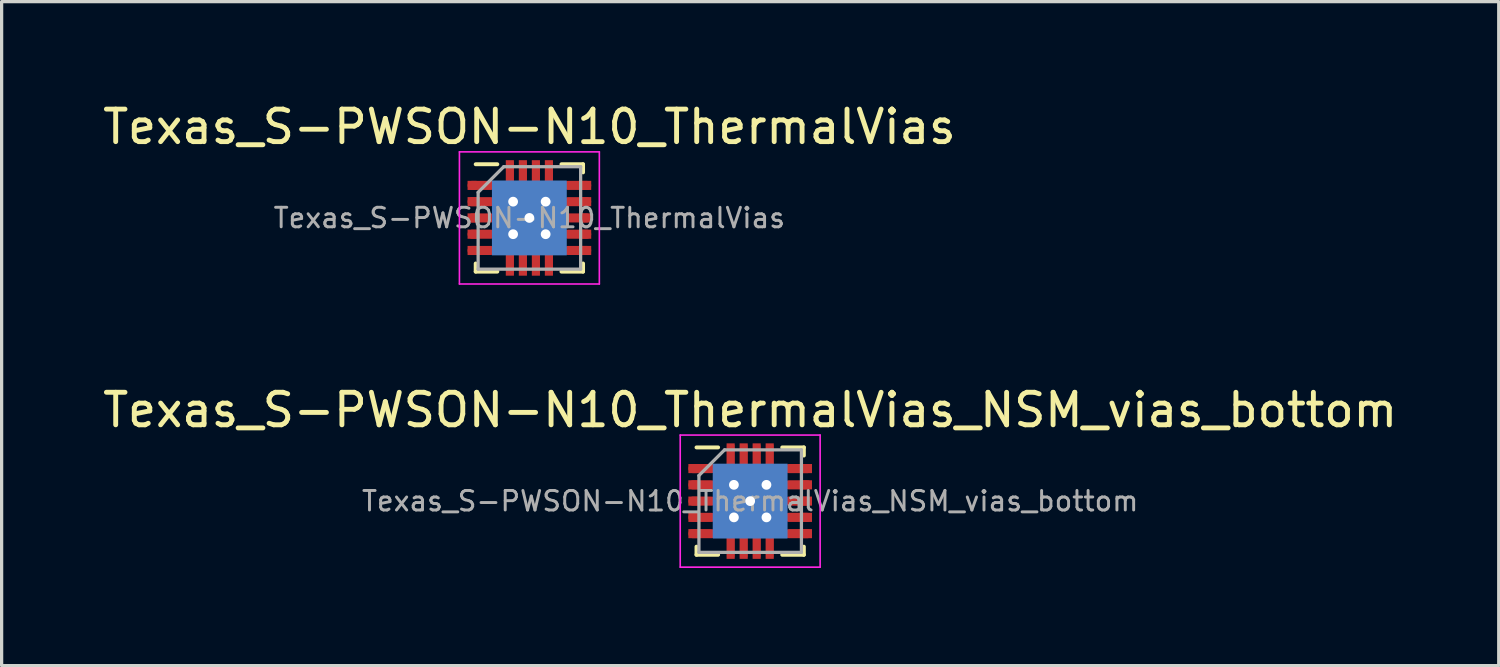
<source format=kicad_pcb>
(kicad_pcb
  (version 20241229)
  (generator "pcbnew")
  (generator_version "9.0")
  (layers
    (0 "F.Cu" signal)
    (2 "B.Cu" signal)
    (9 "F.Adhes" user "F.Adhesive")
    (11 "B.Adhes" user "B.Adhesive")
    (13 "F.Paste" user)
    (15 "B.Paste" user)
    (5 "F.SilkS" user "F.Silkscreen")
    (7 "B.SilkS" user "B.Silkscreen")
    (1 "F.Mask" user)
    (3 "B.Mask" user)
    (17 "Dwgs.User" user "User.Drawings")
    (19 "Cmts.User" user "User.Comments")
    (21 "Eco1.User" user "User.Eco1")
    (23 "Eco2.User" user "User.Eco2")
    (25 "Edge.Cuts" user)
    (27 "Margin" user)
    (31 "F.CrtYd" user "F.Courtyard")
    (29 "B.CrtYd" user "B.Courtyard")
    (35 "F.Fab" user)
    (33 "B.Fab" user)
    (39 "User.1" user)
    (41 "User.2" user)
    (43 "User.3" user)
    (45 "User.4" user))
  (footprint "Texas_S-PWSON-N10_ThermalVias_NSM_vias_bottom"
    (layer "F.Cu")
    (at 20.006 12.351)
    (property "Reference" "Texas_S-PWSON-N10_ThermalVias_NSM_vias_bottom" (at 0 -2.8 0) (layer "F.SilkS") (effects (font (size 1 1) (thickness 0.15))))
    (attr smd)
    (fp_line (start -1.65 -1.65) (end -0.985 -1.65) (stroke (width 0.12) (type solid)) (layer "F.SilkS"))
    (fp_line (start -1.65 1.65) (end -1.65 1.4) (stroke (width 0.12) (type solid)) (layer "F.SilkS"))
    (fp_line (start -1.65 1.65) (end -0.985 1.65) (stroke (width 0.12) (type solid)) (layer "F.SilkS"))
    (fp_line (start 0.985 -1.65) (end 1.65 -1.65) (stroke (width 0.12) (type solid)) (layer "F.SilkS"))
    (fp_line (start 0.985 1.65) (end 1.65 1.65) (stroke (width 0.12) (type solid)) (layer "F.SilkS"))
    (fp_line (start 1.65 -1.4) (end 1.65 -1.65) (stroke (width 0.12) (type solid)) (layer "F.SilkS"))
    (fp_line (start 1.65 1.4) (end 1.65 1.65) (stroke (width 0.12) (type solid)) (layer "F.SilkS"))
    (fp_line (start -2.15 -2.03) (end -2.15 2.03) (stroke (width 0.05) (type solid)) (layer "F.CrtYd"))
    (fp_line (start -2.15 -2.03) (end 2.15 -2.03) (stroke (width 0.05) (type solid)) (layer "F.CrtYd"))
    (fp_line (start -2.15 2.03) (end 2.15 2.03) (stroke (width 0.05) (type solid)) (layer "F.CrtYd"))
    (fp_line (start 2.15 -2.03) (end 2.15 2.03) (stroke (width 0.05) (type solid)) (layer "F.CrtYd"))
    (fp_line (start -1.575 1.575) (end -1.575 -0.787) (stroke (width 0.1) (type solid)) (layer "F.Fab"))
    (fp_line (start -0.787 -1.575) (end -1.575 -0.787) (stroke (width 0.1) (type solid)) (layer "F.Fab"))
    (fp_line (start -0.787 -1.575) (end 1.575 -1.575) (stroke (width 0.1) (type solid)) (layer "F.Fab"))
    (fp_line (start 1.575 -1.575) (end 1.575 1.575) (stroke (width 0.1) (type solid)) (layer "F.Fab"))
    (fp_line (start 1.575 1.575) (end -1.575 1.575) (stroke (width 0.1) (type solid)) (layer "F.Fab"))
    (fp_text user "${REFERENCE}" (at 0 0 0) (layer "F.Fab") (effects (font (size 0.6 0.6) (thickness 0.09))))
    (pad "1" smd rect (at -1.76 -1) (size 0.28 0.28) (layers "F.Cu" "F.Mask" "F.Paste"))
    (pad "1" smd oval (at -1.475 -1) (size 0.85 0.28) (layers "F.Cu" "F.Mask" "F.Paste"))
    (pad "2" smd rect (at -1.76 -0.5) (size 0.28 0.28) (layers "F.Cu" "F.Mask" "F.Paste"))
    (pad "2" smd oval (at -1.475 -0.5) (size 0.85 0.28) (layers "F.Cu" "F.Mask" "F.Paste"))
    (pad "3" smd rect (at -1.76 0) (size 0.28 0.28) (layers "F.Cu" "F.Mask" "F.Paste"))
    (pad "3" smd oval (at -1.475 0) (size 0.85 0.28) (layers "F.Cu" "F.Mask" "F.Paste"))
    (pad "4" smd rect (at -1.76 0.5) (size 0.28 0.28) (layers "F.Cu" "F.Mask" "F.Paste"))
    (pad "4" smd oval (at -1.475 0.5) (size 0.85 0.28) (layers "F.Cu" "F.Mask" "F.Paste"))
    (pad "5" smd rect (at -1.76 1) (size 0.28 0.28) (layers "F.Cu" "F.Mask" "F.Paste"))
    (pad "5" smd oval (at -1.475 1) (size 0.85 0.28) (layers "F.Cu" "F.Mask" "F.Paste"))
    (pad "6" smd oval (at 1.475 1) (size 0.85 0.28) (layers "F.Cu" "F.Mask" "F.Paste"))
    (pad "6" smd rect (at 1.76 1) (size 0.28 0.28) (layers "F.Cu" "F.Mask" "F.Paste"))
    (pad "7" smd oval (at 1.475 0.5) (size 0.85 0.28) (layers "F.Cu" "F.Mask" "F.Paste"))
    (pad "7" smd rect (at 1.76 0.5) (size 0.28 0.28) (layers "F.Cu" "F.Mask" "F.Paste"))
    (pad "8" smd oval (at 1.475 0) (size 0.85 0.28) (layers "F.Cu" "F.Mask" "F.Paste"))
    (pad "8" smd rect (at 1.76 0) (size 0.28 0.28) (layers "F.Cu" "F.Mask" "F.Paste"))
    (pad "9" smd oval (at 1.475 -0.5) (size 0.85 0.28) (layers "F.Cu" "F.Mask" "F.Paste"))
    (pad "9" smd rect (at 1.76 -0.5) (size 0.28 0.28) (layers "F.Cu" "F.Mask" "F.Paste"))
    (pad "10" smd oval (at 1.475 -1) (size 0.85 0.28) (layers "F.Cu" "F.Mask" "F.Paste"))
    (pad "10" smd rect (at 1.76 -1) (size 0.28 0.28) (layers "F.Cu" "F.Mask" "F.Paste"))
    (pad "11" smd rect (at -0.6 -1.425) (size 0.23 0.6) (layers "F.Cu" "F.Mask" "F.Paste"))
    (pad "11" smd rect (at -0.6 -1.425) (size 0.25 0.7) (layers "F.Cu" "F.Mask" "F.Paste"))
    (pad "11" smd rect (at -0.6 1.425) (size 0.23 0.6) (layers "F.Cu" "F.Mask" "F.Paste"))
    (pad "11" smd rect (at -0.6 1.425) (size 0.25 0.7) (layers "F.Cu" "F.Mask" "F.Paste"))
    (pad "11" thru_hole circle (at -0.5 -0.5) (size 0.6 0.6) (drill 0.3) (layers "*.Cu" "F.Mask"))
    (pad "11" thru_hole circle (at -0.5 0.5) (size 0.6 0.6) (drill 0.3) (layers "*.Cu" "F.Mask"))
    (pad "11" smd rect (at -0.435 -0.56) (size 0.65 0.9) (layers "F.Cu" "F.Mask" "F.Paste"))
    (pad "11" smd rect (at -0.435 0.56) (size 0.65 0.9) (layers "F.Cu" "F.Mask" "F.Paste"))
    (pad "11" smd rect (at -0.2 -1.425) (size 0.23 0.6) (layers "F.Cu" "F.Mask" "F.Paste"))
    (pad "11" smd rect (at -0.2 -1.425) (size 0.25 0.7) (layers "F.Cu" "F.Mask" "F.Paste"))
    (pad "11" smd rect (at -0.2 1.425) (size 0.23 0.6) (layers "F.Cu" "F.Mask" "F.Paste"))
    (pad "11" smd rect (at -0.2 1.425) (size 0.25 0.7) (layers "F.Cu" "F.Mask" "F.Paste"))
    (pad "11" smd rect (at -0.001 0) (size 2.3 2.3) (layers "B.Cu"))
    (pad "11" thru_hole circle (at 0 0) (size 0.6 0.6) (drill 0.3) (layers "*.Cu" "F.Mask"))
    (pad "11" smd rect (at 0 0) (size 1.7 2.15) (layers "F.Cu" "F.Mask"))
    (pad "11" smd rect (at 0.2 -1.425) (size 0.23 0.6) (layers "F.Cu" "F.Mask" "F.Paste"))
    (pad "11" smd rect (at 0.2 -1.425) (size 0.25 0.7) (layers "F.Cu" "F.Mask" "F.Paste"))
    (pad "11" smd rect (at 0.2 1.425) (size 0.23 0.6) (layers "F.Cu" "F.Mask" "F.Paste"))
    (pad "11" smd rect (at 0.2 1.425) (size 0.25 0.7) (layers "F.Cu" "F.Mask" "F.Paste"))
    (pad "11" smd rect (at 0.435 -0.56) (size 0.65 0.9) (layers "F.Cu" "F.Mask" "F.Paste"))
    (pad "11" smd rect (at 0.435 0.56) (size 0.65 0.9) (layers "F.Cu" "F.Mask" "F.Paste"))
    (pad "11" thru_hole circle (at 0.5 -0.5) (size 0.6 0.6) (drill 0.3) (layers "*.Cu" "F.Mask"))
    (pad "11" thru_hole circle (at 0.5 0.5) (size 0.6 0.6) (drill 0.3) (layers "*.Cu" "F.Mask"))
    (pad "11" smd rect (at 0.6 -1.425) (size 0.23 0.6) (layers "F.Cu" "F.Mask" "F.Paste"))
    (pad "11" smd rect (at 0.6 -1.425) (size 0.25 0.7) (layers "F.Cu" "F.Mask" "F.Paste"))
    (pad "11" smd rect (at 0.6 1.425) (size 0.23 0.6) (layers "F.Cu" "F.Mask" "F.Paste"))
    (pad "11" smd rect (at 0.6 1.425) (size 0.25 0.7) (layers "F.Cu" "F.Mask" "F.Paste")))
  (footprint "Texas_S-PWSON-N10_ThermalVias"
    (layer "F.Cu")
    (at 13.22 3.648)
    (property "Reference" "Texas_S-PWSON-N10_ThermalVias" (at 0 -2.8 0) (layer "F.SilkS") (effects (font (size 1 1) (thickness 0.15))))
    (attr smd)
    (fp_line (start -1.65 -1.65) (end -0.985 -1.65) (stroke (width 0.12) (type solid)) (layer "F.SilkS"))
    (fp_line (start -1.65 1.65) (end -1.65 1.4) (stroke (width 0.12) (type solid)) (layer "F.SilkS"))
    (fp_line (start -1.65 1.65) (end -0.985 1.65) (stroke (width 0.12) (type solid)) (layer "F.SilkS"))
    (fp_line (start 0.985 -1.65) (end 1.65 -1.65) (stroke (width 0.12) (type solid)) (layer "F.SilkS"))
    (fp_line (start 0.985 1.65) (end 1.65 1.65) (stroke (width 0.12) (type solid)) (layer "F.SilkS"))
    (fp_line (start 1.65 -1.4) (end 1.65 -1.65) (stroke (width 0.12) (type solid)) (layer "F.SilkS"))
    (fp_line (start 1.65 1.4) (end 1.65 1.65) (stroke (width 0.12) (type solid)) (layer "F.SilkS"))
    (fp_line (start -2.15 -2.03) (end -2.15 2.03) (stroke (width 0.05) (type solid)) (layer "F.CrtYd"))
    (fp_line (start -2.15 -2.03) (end 2.15 -2.03) (stroke (width 0.05) (type solid)) (layer "F.CrtYd"))
    (fp_line (start -2.15 2.03) (end 2.15 2.03) (stroke (width 0.05) (type solid)) (layer "F.CrtYd"))
    (fp_line (start 2.15 -2.03) (end 2.15 2.03) (stroke (width 0.05) (type solid)) (layer "F.CrtYd"))
    (fp_line (start -1.575 1.575) (end -1.575 -0.787) (stroke (width 0.1) (type solid)) (layer "F.Fab"))
    (fp_line (start -0.787 -1.575) (end -1.575 -0.787) (stroke (width 0.1) (type solid)) (layer "F.Fab"))
    (fp_line (start -0.787 -1.575) (end 1.575 -1.575) (stroke (width 0.1) (type solid)) (layer "F.Fab"))
    (fp_line (start 1.575 -1.575) (end 1.575 1.575) (stroke (width 0.1) (type solid)) (layer "F.Fab"))
    (fp_line (start 1.575 1.575) (end -1.575 1.575) (stroke (width 0.1) (type solid)) (layer "F.Fab"))
    (fp_text user "${REFERENCE}" (at 0 0 0) (layer "F.Fab") (effects (font (size 0.6 0.6) (thickness 0.09))))
    (pad "1" smd rect (at -1.76 -1) (size 0.28 0.28) (layers "F.Cu" "F.Mask" "F.Paste"))
    (pad "1" smd oval (at -1.475 -1) (size 0.85 0.28) (layers "F.Cu" "F.Mask" "F.Paste"))
    (pad "2" smd rect (at -1.76 -0.5) (size 0.28 0.28) (layers "F.Cu" "F.Mask" "F.Paste"))
    (pad "2" smd oval (at -1.475 -0.5) (size 0.85 0.28) (layers "F.Cu" "F.Mask" "F.Paste"))
    (pad "3" smd rect (at -1.76 0) (size 0.28 0.28) (layers "F.Cu" "F.Mask" "F.Paste"))
    (pad "3" smd oval (at -1.475 0) (size 0.85 0.28) (layers "F.Cu" "F.Mask" "F.Paste"))
    (pad "4" smd rect (at -1.76 0.5) (size 0.28 0.28) (layers "F.Cu" "F.Mask" "F.Paste"))
    (pad "4" smd oval (at -1.475 0.5) (size 0.85 0.28) (layers "F.Cu" "F.Mask" "F.Paste"))
    (pad "5" smd rect (at -1.76 1) (size 0.28 0.28) (layers "F.Cu" "F.Mask" "F.Paste"))
    (pad "5" smd oval (at -1.475 1) (size 0.85 0.28) (layers "F.Cu" "F.Mask" "F.Paste"))
    (pad "6" smd oval (at 1.475 1) (size 0.85 0.28) (layers "F.Cu" "F.Mask" "F.Paste"))
    (pad "6" smd rect (at 1.76 1) (size 0.28 0.28) (layers "F.Cu" "F.Mask" "F.Paste"))
    (pad "7" smd oval (at 1.475 0.5) (size 0.85 0.28) (layers "F.Cu" "F.Mask" "F.Paste"))
    (pad "7" smd rect (at 1.76 0.5) (size 0.28 0.28) (layers "F.Cu" "F.Mask" "F.Paste"))
    (pad "8" smd oval (at 1.475 0) (size 0.85 0.28) (layers "F.Cu" "F.Mask" "F.Paste"))
    (pad "8" smd rect (at 1.76 0) (size 0.28 0.28) (layers "F.Cu" "F.Mask" "F.Paste"))
    (pad "9" smd oval (at 1.475 -0.5) (size 0.85 0.28) (layers "F.Cu" "F.Mask" "F.Paste"))
    (pad "9" smd rect (at 1.76 -0.5) (size 0.28 0.28) (layers "F.Cu" "F.Mask" "F.Paste"))
    (pad "10" smd oval (at 1.475 -1) (size 0.85 0.28) (layers "F.Cu" "F.Mask" "F.Paste"))
    (pad "10" smd rect (at 1.76 -1) (size 0.28 0.28) (layers "F.Cu" "F.Mask" "F.Paste"))
    (pad "11" smd rect (at -0.6 -1.425) (size 0.23 0.6) (layers "F.Cu" "F.Mask" "F.Paste"))
    (pad "11" smd rect (at -0.6 -1.425) (size 0.25 0.7) (layers "F.Cu" "F.Mask" "F.Paste"))
    (pad "11" smd rect (at -0.6 1.425) (size 0.23 0.6) (layers "F.Cu" "F.Mask" "F.Paste"))
    (pad "11" smd rect (at -0.6 1.425) (size 0.25 0.7) (layers "F.Cu" "F.Mask" "F.Paste"))
    (pad "11" thru_hole circle (at -0.5 -0.5) (size 0.6 0.6) (drill 0.3) (layers "*.Cu" "*.Mask"))
    (pad "11" thru_hole circle (at -0.5 0.5) (size 0.6 0.6) (drill 0.3) (layers "*.Cu" "*.Mask"))
    (pad "11" smd rect (at -0.435 -0.56) (size 0.65 0.9) (layers "F.Cu" "F.Mask" "F.Paste"))
    (pad "11" smd rect (at -0.435 0.56) (size 0.65 0.9) (layers "F.Cu" "F.Mask" "F.Paste"))
    (pad "11" smd rect (at -0.2 -1.425) (size 0.23 0.6) (layers "F.Cu" "F.Mask" "F.Paste"))
    (pad "11" smd rect (at -0.2 -1.425) (size 0.25 0.7) (layers "F.Cu" "F.Mask" "F.Paste"))
    (pad "11" smd rect (at -0.2 1.425) (size 0.23 0.6) (layers "F.Cu" "F.Mask" "F.Paste"))
    (pad "11" smd rect (at -0.2 1.425) (size 0.25 0.7) (layers "F.Cu" "F.Mask" "F.Paste"))
    (pad "11" smd rect (at -0.001 0) (size 2.3 2.3) (layers "B.Cu"))
    (pad "11" thru_hole circle (at 0 0) (size 0.6 0.6) (drill 0.3) (layers "*.Cu" "*.Mask"))
    (pad "11" smd rect (at 0 0) (size 1.7 2.15) (layers "F.Cu" "F.Mask"))
    (pad "11" smd rect (at 0.2 -1.425) (size 0.23 0.6) (layers "F.Cu" "F.Mask" "F.Paste"))
    (pad "11" smd rect (at 0.2 -1.425) (size 0.25 0.7) (layers "F.Cu" "F.Mask" "F.Paste"))
    (pad "11" smd rect (at 0.2 1.425) (size 0.23 0.6) (layers "F.Cu" "F.Mask" "F.Paste"))
    (pad "11" smd rect (at 0.2 1.425) (size 0.25 0.7) (layers "F.Cu" "F.Mask" "F.Paste"))
    (pad "11" smd rect (at 0.435 -0.56) (size 0.65 0.9) (layers "F.Cu" "F.Mask" "F.Paste"))
    (pad "11" smd rect (at 0.435 0.56) (size 0.65 0.9) (layers "F.Cu" "F.Mask" "F.Paste"))
    (pad "11" thru_hole circle (at 0.5 -0.5) (size 0.6 0.6) (drill 0.3) (layers "*.Cu" "*.Mask"))
    (pad "11" thru_hole circle (at 0.5 0.5) (size 0.6 0.6) (drill 0.3) (layers "*.Cu" "*.Mask"))
    (pad "11" smd rect (at 0.6 -1.425) (size 0.23 0.6) (layers "F.Cu" "F.Mask" "F.Paste"))
    (pad "11" smd rect (at 0.6 -1.425) (size 0.25 0.7) (layers "F.Cu" "F.Mask" "F.Paste"))
    (pad "11" smd rect (at 0.6 1.425) (size 0.23 0.6) (layers "F.Cu" "F.Mask" "F.Paste"))
    (pad "11" smd rect (at 0.6 1.425) (size 0.25 0.7) (layers "F.Cu" "F.Mask" "F.Paste")))
  (gr_rect
    (start -3 -3)
    (end 43.012 17.407)
    (stroke (width 0.1) (type default))
    (fill no)
    (layer "Edge.Cuts")))
</source>
